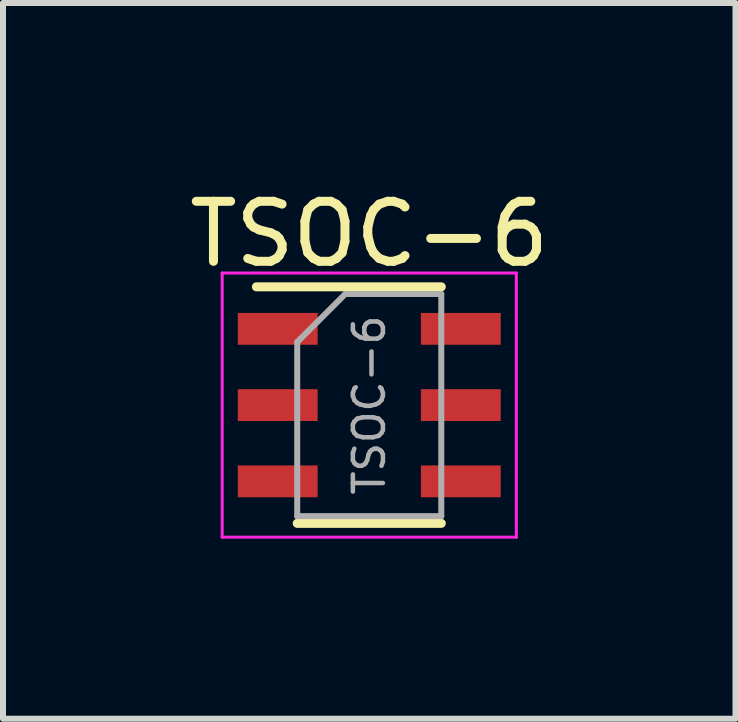
<source format=kicad_pcb>
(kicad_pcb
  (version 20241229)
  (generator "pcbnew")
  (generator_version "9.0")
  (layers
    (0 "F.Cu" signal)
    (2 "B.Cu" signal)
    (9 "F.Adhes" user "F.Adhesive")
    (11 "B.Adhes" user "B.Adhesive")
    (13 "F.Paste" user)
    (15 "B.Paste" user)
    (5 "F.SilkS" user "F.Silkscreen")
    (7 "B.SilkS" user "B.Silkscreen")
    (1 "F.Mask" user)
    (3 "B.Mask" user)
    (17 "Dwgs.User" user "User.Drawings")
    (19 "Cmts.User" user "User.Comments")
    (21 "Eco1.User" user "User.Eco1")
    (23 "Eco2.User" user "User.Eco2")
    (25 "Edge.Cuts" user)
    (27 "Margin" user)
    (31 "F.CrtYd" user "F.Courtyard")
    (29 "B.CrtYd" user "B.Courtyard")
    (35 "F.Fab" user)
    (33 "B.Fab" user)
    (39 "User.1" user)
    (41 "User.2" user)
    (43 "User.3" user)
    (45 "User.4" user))
  (footprint "TSOC-6"
    (layer "F.Cu")
    (at 3.101 3.698)
    (property "Reference" "TSOC-6" (at 0 -2.85 0) (layer "F.SilkS") (effects (font (size 1 1) (thickness 0.15))))
    (attr smd)
    (fp_line (start -1.88 -1.97) (end 1.2 -1.97) (stroke (width 0.15) (type solid)) (layer "F.SilkS"))
    (fp_line (start -1.2 1.97) (end 1.2 1.97) (stroke (width 0.15) (type solid)) (layer "F.SilkS"))
    (fp_line (start -2.45 -2.2) (end 2.45 -2.2) (stroke (width 0.05) (type solid)) (layer "F.CrtYd"))
    (fp_line (start -2.45 2.2) (end -2.45 -2.2) (stroke (width 0.05) (type solid)) (layer "F.CrtYd"))
    (fp_line (start 2.45 -2.2) (end 2.45 2.2) (stroke (width 0.05) (type solid)) (layer "F.CrtYd"))
    (fp_line (start 2.45 2.2) (end -2.45 2.2) (stroke (width 0.05) (type solid)) (layer "F.CrtYd"))
    (fp_line (start -1.2 -1.05) (end -1.2 1.85) (stroke (width 0.1) (type solid)) (layer "F.Fab"))
    (fp_line (start -1.2 -1.05) (end -0.4 -1.85) (stroke (width 0.1) (type solid)) (layer "F.Fab"))
    (fp_line (start 1.2 -1.85) (end -0.4 -1.85) (stroke (width 0.1) (type solid)) (layer "F.Fab"))
    (fp_line (start 1.2 -1.85) (end 1.2 1.85) (stroke (width 0.1) (type solid)) (layer "F.Fab"))
    (fp_line (start 1.2 1.85) (end -1.2 1.85) (stroke (width 0.1) (type solid)) (layer "F.Fab"))
    (fp_text user "${REFERENCE}" (at 0 0 90) (layer "F.Fab") (effects (font (size 0.5 0.5) (thickness 0.075))))
    (pad "1" smd rect (at -1.525 -1.27) (size 1.33 0.53) (layers "F.Cu" "F.Mask" "F.Paste"))
    (pad "2" smd rect (at -1.525 0) (size 1.33 0.53) (layers "F.Cu" "F.Mask" "F.Paste"))
    (pad "3" smd rect (at -1.525 1.27) (size 1.33 0.53) (layers "F.Cu" "F.Mask" "F.Paste"))
    (pad "4" smd rect (at 1.525 1.27) (size 1.33 0.53) (layers "F.Cu" "F.Mask" "F.Paste"))
    (pad "5" smd rect (at 1.525 0) (size 1.33 0.53) (layers "F.Cu" "F.Mask" "F.Paste"))
    (pad "6" smd rect (at 1.525 -1.27) (size 1.33 0.53) (layers "F.Cu" "F.Mask" "F.Paste")))
  (gr_rect
    (start -3 -3)
    (end 9.202 8.923)
    (stroke (width 0.1) (type default))
    (fill no)
    (layer "Edge.Cuts")))
</source>
